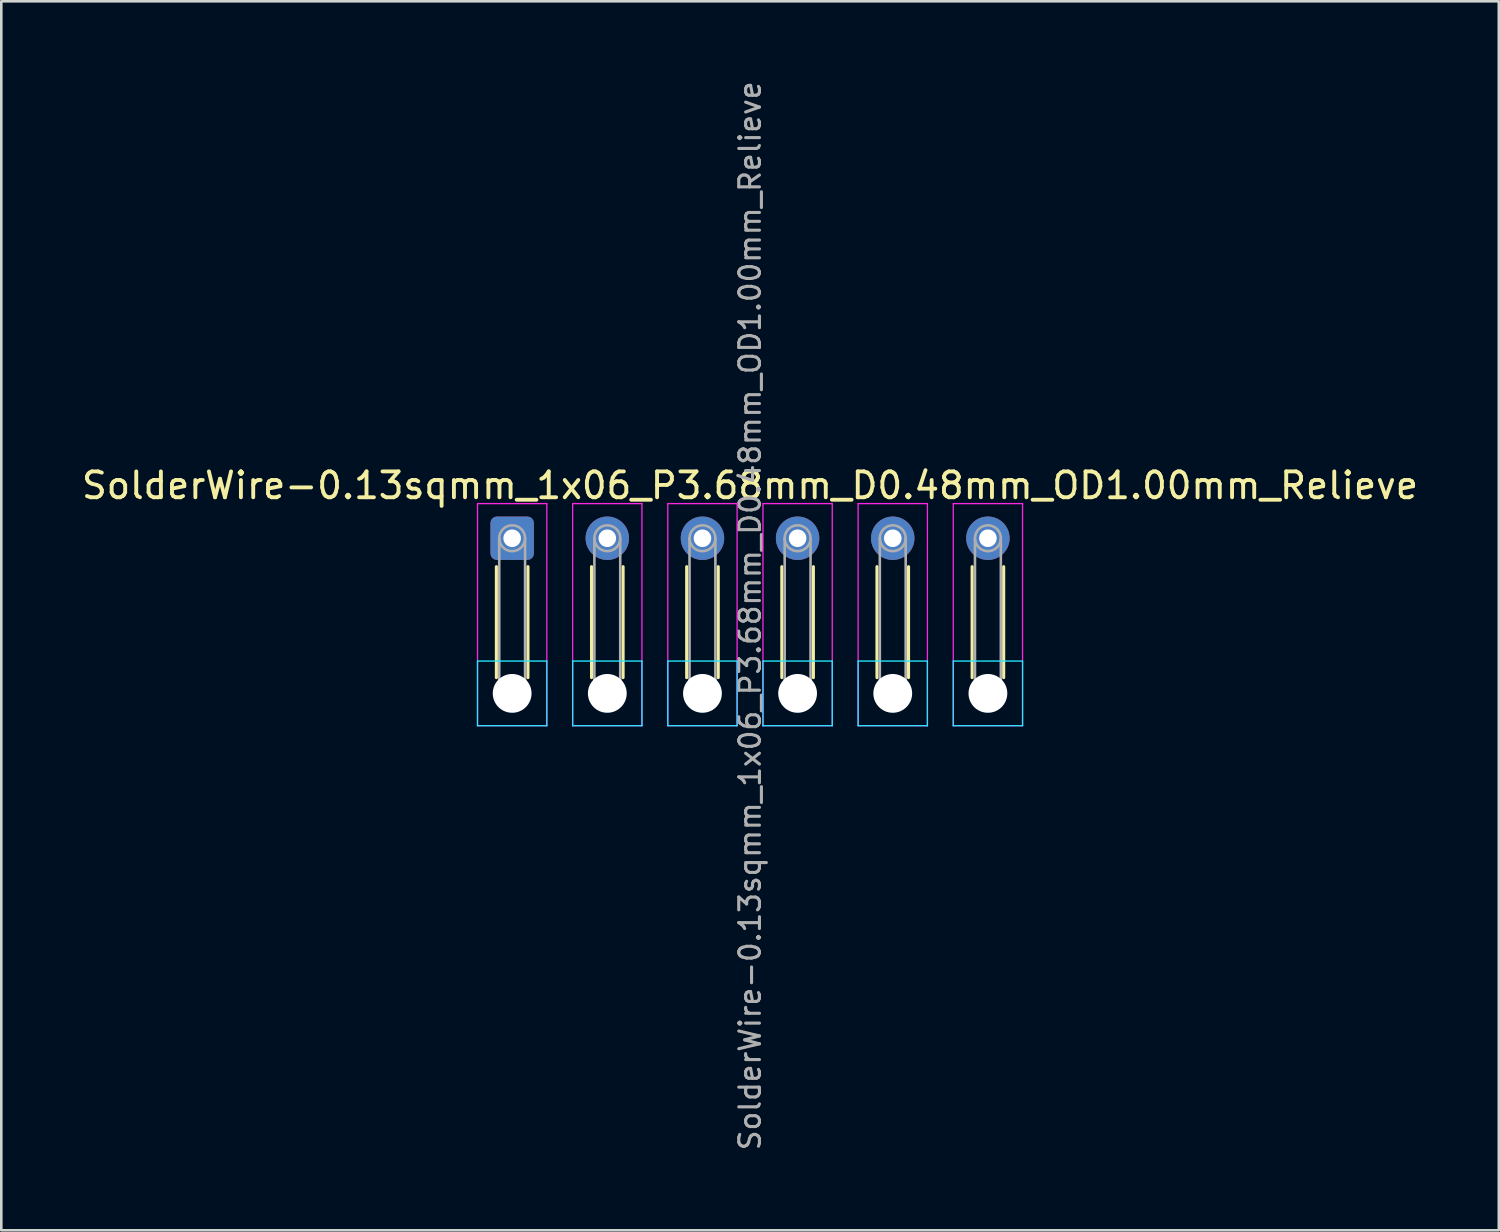
<source format=kicad_pcb>
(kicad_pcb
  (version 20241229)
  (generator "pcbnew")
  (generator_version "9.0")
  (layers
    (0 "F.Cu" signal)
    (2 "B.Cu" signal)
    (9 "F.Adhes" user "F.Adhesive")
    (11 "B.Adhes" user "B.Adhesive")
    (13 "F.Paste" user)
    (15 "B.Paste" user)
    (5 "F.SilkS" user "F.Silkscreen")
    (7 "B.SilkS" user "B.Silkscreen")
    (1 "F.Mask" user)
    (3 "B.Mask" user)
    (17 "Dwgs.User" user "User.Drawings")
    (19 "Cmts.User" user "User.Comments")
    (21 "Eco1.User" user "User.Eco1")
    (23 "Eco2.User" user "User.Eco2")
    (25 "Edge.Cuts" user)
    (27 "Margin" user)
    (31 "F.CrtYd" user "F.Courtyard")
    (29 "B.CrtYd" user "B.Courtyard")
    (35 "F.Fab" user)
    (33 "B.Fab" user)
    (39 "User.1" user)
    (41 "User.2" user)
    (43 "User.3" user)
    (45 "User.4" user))
  (footprint "SolderWire-0.13sqmm_1x06_P3.68mm_D0.48mm_OD1.00mm_Relieve"
    (layer "F.Cu")
    (at 16.758 17.767)
    (property "Reference" "SolderWire-0.13sqmm_1x06_P3.68mm_D0.48mm_OD1.00mm_Relieve" (at 9.2 -2.04 0) (layer "F.SilkS") (effects (font (size 1 1) (thickness 0.15))))
    (attr exclude_from_pos_files exclude_from_bom)
    (fp_line (start -0.61 1.1) (end -0.61 5.39) (stroke (width 0.12) (type solid)) (layer "F.SilkS"))
    (fp_line (start 0.61 1.1) (end 0.61 5.39) (stroke (width 0.12) (type solid)) (layer "F.SilkS"))
    (fp_line (start 3.07 1.1) (end 3.07 5.39) (stroke (width 0.12) (type solid)) (layer "F.SilkS"))
    (fp_line (start 4.29 1.1) (end 4.29 5.39) (stroke (width 0.12) (type solid)) (layer "F.SilkS"))
    (fp_line (start 6.75 1.1) (end 6.75 5.39) (stroke (width 0.12) (type solid)) (layer "F.SilkS"))
    (fp_line (start 7.97 1.1) (end 7.97 5.39) (stroke (width 0.12) (type solid)) (layer "F.SilkS"))
    (fp_line (start 10.43 1.1) (end 10.43 5.39) (stroke (width 0.12) (type solid)) (layer "F.SilkS"))
    (fp_line (start 11.65 1.1) (end 11.65 5.39) (stroke (width 0.12) (type solid)) (layer "F.SilkS"))
    (fp_line (start 14.11 1.1) (end 14.11 5.39) (stroke (width 0.12) (type solid)) (layer "F.SilkS"))
    (fp_line (start 15.33 1.1) (end 15.33 5.39) (stroke (width 0.12) (type solid)) (layer "F.SilkS"))
    (fp_line (start 17.79 1.1) (end 17.79 5.39) (stroke (width 0.12) (type solid)) (layer "F.SilkS"))
    (fp_line (start 19.01 1.1) (end 19.01 5.39) (stroke (width 0.12) (type solid)) (layer "F.SilkS"))
    (fp_line (start -1.34 4.75) (end -1.34 7.25) (stroke (width 0.05) (type solid)) (layer "B.CrtYd"))
    (fp_line (start -1.34 7.25) (end 1.34 7.25) (stroke (width 0.05) (type solid)) (layer "B.CrtYd"))
    (fp_line (start 1.34 4.75) (end -1.34 4.75) (stroke (width 0.05) (type solid)) (layer "B.CrtYd"))
    (fp_line (start 1.34 7.25) (end 1.34 4.75) (stroke (width 0.05) (type solid)) (layer "B.CrtYd"))
    (fp_line (start 2.34 4.75) (end 2.34 7.25) (stroke (width 0.05) (type solid)) (layer "B.CrtYd"))
    (fp_line (start 2.34 7.25) (end 5.02 7.25) (stroke (width 0.05) (type solid)) (layer "B.CrtYd"))
    (fp_line (start 5.02 4.75) (end 2.34 4.75) (stroke (width 0.05) (type solid)) (layer "B.CrtYd"))
    (fp_line (start 5.02 7.25) (end 5.02 4.75) (stroke (width 0.05) (type solid)) (layer "B.CrtYd"))
    (fp_line (start 6.02 4.75) (end 6.02 7.25) (stroke (width 0.05) (type solid)) (layer "B.CrtYd"))
    (fp_line (start 6.02 7.25) (end 8.7 7.25) (stroke (width 0.05) (type solid)) (layer "B.CrtYd"))
    (fp_line (start 8.7 4.75) (end 6.02 4.75) (stroke (width 0.05) (type solid)) (layer "B.CrtYd"))
    (fp_line (start 8.7 7.25) (end 8.7 4.75) (stroke (width 0.05) (type solid)) (layer "B.CrtYd"))
    (fp_line (start 9.7 4.75) (end 9.7 7.25) (stroke (width 0.05) (type solid)) (layer "B.CrtYd"))
    (fp_line (start 9.7 7.25) (end 12.38 7.25) (stroke (width 0.05) (type solid)) (layer "B.CrtYd"))
    (fp_line (start 12.38 4.75) (end 9.7 4.75) (stroke (width 0.05) (type solid)) (layer "B.CrtYd"))
    (fp_line (start 12.38 7.25) (end 12.38 4.75) (stroke (width 0.05) (type solid)) (layer "B.CrtYd"))
    (fp_line (start 13.38 4.75) (end 13.38 7.25) (stroke (width 0.05) (type solid)) (layer "B.CrtYd"))
    (fp_line (start 13.38 7.25) (end 16.06 7.25) (stroke (width 0.05) (type solid)) (layer "B.CrtYd"))
    (fp_line (start 16.06 4.75) (end 13.38 4.75) (stroke (width 0.05) (type solid)) (layer "B.CrtYd"))
    (fp_line (start 16.06 7.25) (end 16.06 4.75) (stroke (width 0.05) (type solid)) (layer "B.CrtYd"))
    (fp_line (start 17.06 4.75) (end 17.06 7.25) (stroke (width 0.05) (type solid)) (layer "B.CrtYd"))
    (fp_line (start 17.06 7.25) (end 19.74 7.25) (stroke (width 0.05) (type solid)) (layer "B.CrtYd"))
    (fp_line (start 19.74 4.75) (end 17.06 4.75) (stroke (width 0.05) (type solid)) (layer "B.CrtYd"))
    (fp_line (start 19.74 7.25) (end 19.74 4.75) (stroke (width 0.05) (type solid)) (layer "B.CrtYd"))
    (fp_line (start -1.34 -1.34) (end -1.34 7.25) (stroke (width 0.05) (type solid)) (layer "F.CrtYd"))
    (fp_line (start -1.34 7.25) (end 1.34 7.25) (stroke (width 0.05) (type solid)) (layer "F.CrtYd"))
    (fp_line (start 1.34 -1.34) (end -1.34 -1.34) (stroke (width 0.05) (type solid)) (layer "F.CrtYd"))
    (fp_line (start 1.34 7.25) (end 1.34 -1.34) (stroke (width 0.05) (type solid)) (layer "F.CrtYd"))
    (fp_line (start 2.34 -1.34) (end 2.34 7.25) (stroke (width 0.05) (type solid)) (layer "F.CrtYd"))
    (fp_line (start 2.34 7.25) (end 5.02 7.25) (stroke (width 0.05) (type solid)) (layer "F.CrtYd"))
    (fp_line (start 5.02 -1.34) (end 2.34 -1.34) (stroke (width 0.05) (type solid)) (layer "F.CrtYd"))
    (fp_line (start 5.02 7.25) (end 5.02 -1.34) (stroke (width 0.05) (type solid)) (layer "F.CrtYd"))
    (fp_line (start 6.02 -1.34) (end 6.02 7.25) (stroke (width 0.05) (type solid)) (layer "F.CrtYd"))
    (fp_line (start 6.02 7.25) (end 8.7 7.25) (stroke (width 0.05) (type solid)) (layer "F.CrtYd"))
    (fp_line (start 8.7 -1.34) (end 6.02 -1.34) (stroke (width 0.05) (type solid)) (layer "F.CrtYd"))
    (fp_line (start 8.7 7.25) (end 8.7 -1.34) (stroke (width 0.05) (type solid)) (layer "F.CrtYd"))
    (fp_line (start 9.7 -1.34) (end 9.7 7.25) (stroke (width 0.05) (type solid)) (layer "F.CrtYd"))
    (fp_line (start 9.7 7.25) (end 12.38 7.25) (stroke (width 0.05) (type solid)) (layer "F.CrtYd"))
    (fp_line (start 12.38 -1.34) (end 9.7 -1.34) (stroke (width 0.05) (type solid)) (layer "F.CrtYd"))
    (fp_line (start 12.38 7.25) (end 12.38 -1.34) (stroke (width 0.05) (type solid)) (layer "F.CrtYd"))
    (fp_line (start 13.38 -1.34) (end 13.38 7.25) (stroke (width 0.05) (type solid)) (layer "F.CrtYd"))
    (fp_line (start 13.38 7.25) (end 16.06 7.25) (stroke (width 0.05) (type solid)) (layer "F.CrtYd"))
    (fp_line (start 16.06 -1.34) (end 13.38 -1.34) (stroke (width 0.05) (type solid)) (layer "F.CrtYd"))
    (fp_line (start 16.06 7.25) (end 16.06 -1.34) (stroke (width 0.05) (type solid)) (layer "F.CrtYd"))
    (fp_line (start 17.06 -1.34) (end 17.06 7.25) (stroke (width 0.05) (type solid)) (layer "F.CrtYd"))
    (fp_line (start 17.06 7.25) (end 19.74 7.25) (stroke (width 0.05) (type solid)) (layer "F.CrtYd"))
    (fp_line (start 19.74 -1.34) (end 17.06 -1.34) (stroke (width 0.05) (type solid)) (layer "F.CrtYd"))
    (fp_line (start 19.74 7.25) (end 19.74 -1.34) (stroke (width 0.05) (type solid)) (layer "F.CrtYd"))
    (fp_line (start -0.5 0) (end -0.5 6) (stroke (width 0.1) (type solid)) (layer "F.Fab"))
    (fp_line (start 0.5 0) (end 0.5 6) (stroke (width 0.1) (type solid)) (layer "F.Fab"))
    (fp_line (start 3.18 0) (end 3.18 6) (stroke (width 0.1) (type solid)) (layer "F.Fab"))
    (fp_line (start 4.18 0) (end 4.18 6) (stroke (width 0.1) (type solid)) (layer "F.Fab"))
    (fp_line (start 6.86 0) (end 6.86 6) (stroke (width 0.1) (type solid)) (layer "F.Fab"))
    (fp_line (start 7.86 0) (end 7.86 6) (stroke (width 0.1) (type solid)) (layer "F.Fab"))
    (fp_line (start 10.54 0) (end 10.54 6) (stroke (width 0.1) (type solid)) (layer "F.Fab"))
    (fp_line (start 11.54 0) (end 11.54 6) (stroke (width 0.1) (type solid)) (layer "F.Fab"))
    (fp_line (start 14.22 0) (end 14.22 6) (stroke (width 0.1) (type solid)) (layer "F.Fab"))
    (fp_line (start 15.22 0) (end 15.22 6) (stroke (width 0.1) (type solid)) (layer "F.Fab"))
    (fp_line (start 17.9 0) (end 17.9 6) (stroke (width 0.1) (type solid)) (layer "F.Fab"))
    (fp_line (start 18.9 0) (end 18.9 6) (stroke (width 0.1) (type solid)) (layer "F.Fab"))
    (fp_circle (center 0 0) (end 0.5 0) (stroke (width 0.1) (type solid)) (fill no) (layer "F.Fab"))
    (fp_circle (center 0 6) (end 0.5 6) (stroke (width 0.1) (type solid)) (fill no) (layer "F.Fab"))
    (fp_circle (center 3.68 0) (end 4.18 0) (stroke (width 0.1) (type solid)) (fill no) (layer "F.Fab"))
    (fp_circle (center 3.68 6) (end 4.18 6) (stroke (width 0.1) (type solid)) (fill no) (layer "F.Fab"))
    (fp_circle (center 7.36 0) (end 7.86 0) (stroke (width 0.1) (type solid)) (fill no) (layer "F.Fab"))
    (fp_circle (center 7.36 6) (end 7.86 6) (stroke (width 0.1) (type solid)) (fill no) (layer "F.Fab"))
    (fp_circle (center 11.04 0) (end 11.54 0) (stroke (width 0.1) (type solid)) (fill no) (layer "F.Fab"))
    (fp_circle (center 11.04 6) (end 11.54 6) (stroke (width 0.1) (type solid)) (fill no) (layer "F.Fab"))
    (fp_circle (center 14.72 0) (end 15.22 0) (stroke (width 0.1) (type solid)) (fill no) (layer "F.Fab"))
    (fp_circle (center 14.72 6) (end 15.22 6) (stroke (width 0.1) (type solid)) (fill no) (layer "F.Fab"))
    (fp_circle (center 18.4 0) (end 18.9 0) (stroke (width 0.1) (type solid)) (fill no) (layer "F.Fab"))
    (fp_circle (center 18.4 6) (end 18.9 6) (stroke (width 0.1) (type solid)) (fill no) (layer "F.Fab"))
    (fp_text user "${REFERENCE}" (at 9.2 3 90) (layer "F.Fab") (effects (font (size 0.8 0.8) (thickness 0.12))))
    (pad "" np_thru_hole circle (at 0 6) (size 1.5 1.5) (drill 1.5) (layers "*.Cu" "*.Mask"))
    (pad "" np_thru_hole circle (at 3.68 6) (size 1.5 1.5) (drill 1.5) (layers "*.Cu" "*.Mask"))
    (pad "" np_thru_hole circle (at 7.36 6) (size 1.5 1.5) (drill 1.5) (layers "*.Cu" "*.Mask"))
    (pad "" np_thru_hole circle (at 11.04 6) (size 1.5 1.5) (drill 1.5) (layers "*.Cu" "*.Mask"))
    (pad "" np_thru_hole circle (at 14.72 6) (size 1.5 1.5) (drill 1.5) (layers "*.Cu" "*.Mask"))
    (pad "" np_thru_hole circle (at 18.4 6) (size 1.5 1.5) (drill 1.5) (layers "*.Cu" "*.Mask"))
    (pad "1" thru_hole roundrect (at 0 0) (size 1.68 1.68) (drill 0.68) (layers "*.Cu" "*.Mask") (roundrect_rratio 0.149))
    (pad "2" thru_hole circle (at 3.68 0) (size 1.68 1.68) (drill 0.68) (layers "*.Cu" "*.Mask"))
    (pad "3" thru_hole circle (at 7.36 0) (size 1.68 1.68) (drill 0.68) (layers "*.Cu" "*.Mask"))
    (pad "4" thru_hole circle (at 11.04 0) (size 1.68 1.68) (drill 0.68) (layers "*.Cu" "*.Mask"))
    (pad "5" thru_hole circle (at 14.72 0) (size 1.68 1.68) (drill 0.68) (layers "*.Cu" "*.Mask"))
    (pad "6" thru_hole circle (at 18.4 0) (size 1.68 1.68) (drill 0.68) (layers "*.Cu" "*.Mask")))
  (gr_rect
    (start -3 -3)
    (end 54.917 44.533)
    (stroke (width 0.1) (type default))
    (fill no)
    (layer "Edge.Cuts")))
</source>
